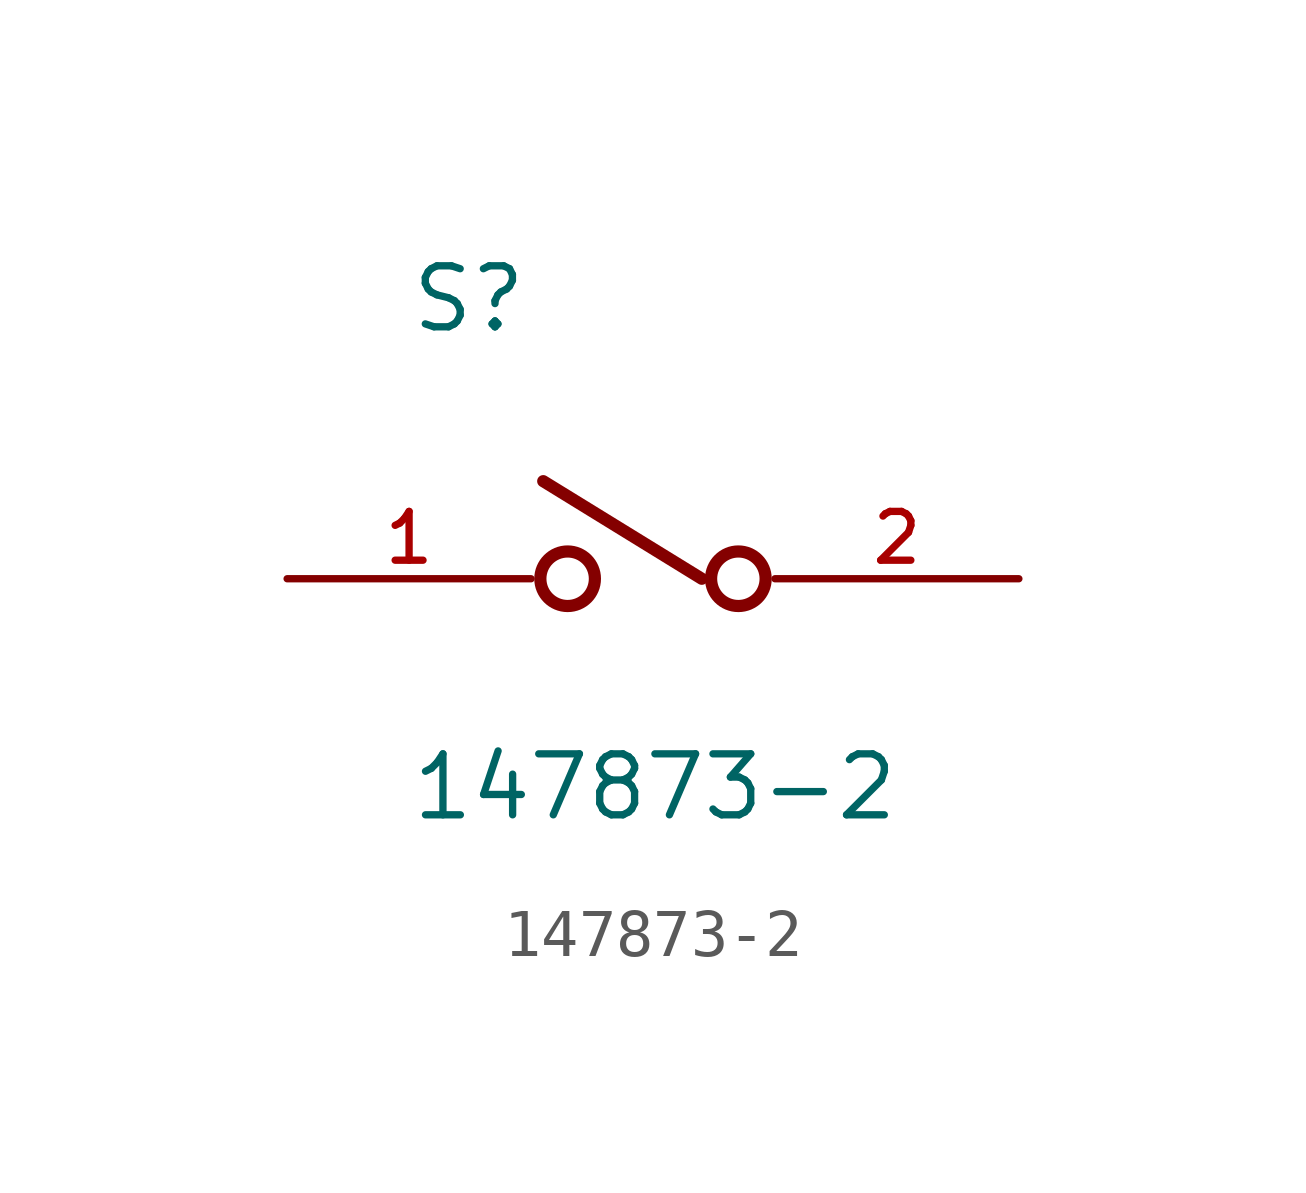
<source format=kicad_sym>
(kicad_symbol_lib
  (version 20211014)
  (generator kicad_symbol_editor)
  (symbol "147873-2"
    (pin_names
      (offset 1.016))
    (property "Reference" "S"
      (at -5.084 5.084 0)
      (effects (font (size 1.27 1.27)) (justify bottom left)))
    (property "Value" "147873-2"
      (at -5.08 -5.08 0)
      (effects (font (size 1.27 1.27)) (justify bottom left)))
    (symbol "147873-2_0_0"
      (circle (center -1.778 0.0) (radius 0.568) (stroke (width 0.254)) (fill (type none)))
      (circle (center 1.778 0.0) (radius 0.568) (stroke (width 0.254)) (fill (type none)))
      (polyline (pts (xy 1.016 0.0) (xy -2.286 2.032)) (stroke (width 0.254)))
      (pin passive line (at -7.62 0.0 0) (length 5.08) (name "~" (effects (font (size 1.016 1.016)))) (number "1" (effects (font (size 1.016 1.016)))))
      (pin passive line (at 7.62 0.0 180.0) (length 5.08) (name "~" (effects (font (size 1.016 1.016)))) (number "2" (effects (font (size 1.016 1.016))))))))
</source>
